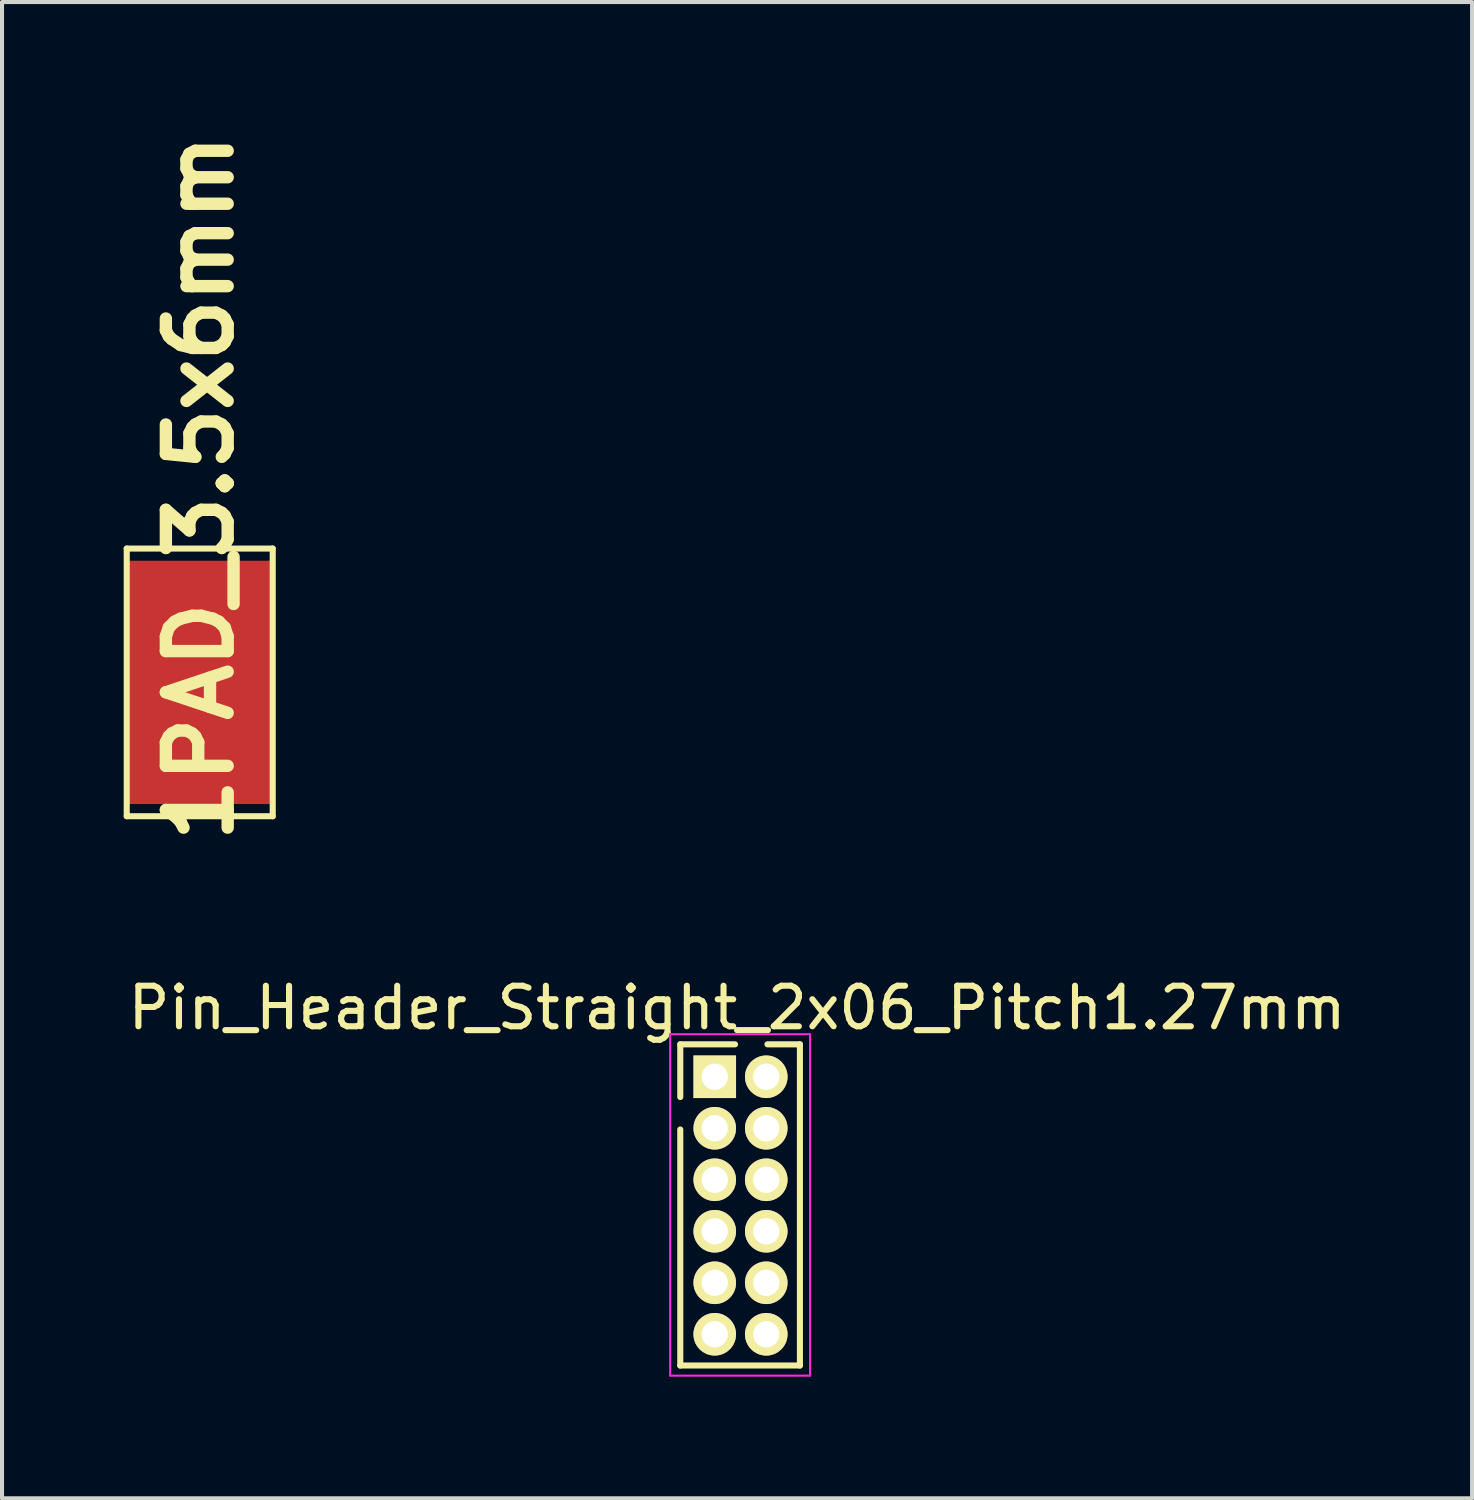
<source format=kicad_pcb>
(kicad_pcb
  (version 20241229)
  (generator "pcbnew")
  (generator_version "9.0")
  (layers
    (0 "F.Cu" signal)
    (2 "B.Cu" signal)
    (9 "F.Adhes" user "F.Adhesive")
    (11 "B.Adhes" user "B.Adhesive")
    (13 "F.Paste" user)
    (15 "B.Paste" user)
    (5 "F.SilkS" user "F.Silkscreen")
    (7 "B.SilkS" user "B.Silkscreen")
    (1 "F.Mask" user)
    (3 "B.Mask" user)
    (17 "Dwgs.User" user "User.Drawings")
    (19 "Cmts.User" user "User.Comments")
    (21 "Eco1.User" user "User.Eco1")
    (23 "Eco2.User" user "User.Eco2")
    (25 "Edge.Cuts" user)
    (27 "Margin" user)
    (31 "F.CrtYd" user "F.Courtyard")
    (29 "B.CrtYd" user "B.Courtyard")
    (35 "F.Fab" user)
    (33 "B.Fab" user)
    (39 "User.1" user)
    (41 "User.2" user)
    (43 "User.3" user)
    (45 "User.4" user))
  (footprint "1PAD_3.5x6mm"
    (layer "F.Cu")
    (at 1.875 13.777)
    (property "Reference" "1PAD_3.5x6mm" (at 0 -4.8 270) (layer "F.SilkS") (effects (font (size 1.524 1.524) (thickness 0.305))))
    (attr through_hole)
    (fp_line (start -1.8 -3.3) (end 1.8 -3.3) (stroke (width 0.15) (type solid)) (layer "F.SilkS"))
    (fp_line (start -1.8 3.3) (end -1.8 -3.3) (stroke (width 0.15) (type solid)) (layer "F.SilkS"))
    (fp_line (start 1.8 -3.3) (end 1.8 3.3) (stroke (width 0.15) (type solid)) (layer "F.SilkS"))
    (fp_line (start 1.8 3.3) (end -1.8 3.3) (stroke (width 0.15) (type solid)) (layer "F.SilkS"))
    (pad "1" smd rect (at 0 0) (size 3.5 6) (layers "F.Cu" "F.Mask" "F.Paste")))
  (footprint "Pin_Header_Straight_2x06_Pitch1.27mm"
    (layer "F.Cu")
    (at 14.575 23.502)
    (property "Reference" "Pin_Header_Straight_2x06_Pitch1.27mm" (at 0.55 -1.7 0) (layer "F.SilkS") (effects (font (size 1 1) (thickness 0.15))))
    (attr through_hole)
    (fp_line (start -0.85 -0.8) (end -0.85 0.5) (stroke (width 0.15) (type solid)) (layer "F.SilkS"))
    (fp_line (start -0.85 7.12) (end -0.85 1.3) (stroke (width 0.15) (type solid)) (layer "F.SilkS"))
    (fp_line (start 0.5 -0.8) (end -0.85 -0.8) (stroke (width 0.15) (type solid)) (layer "F.SilkS"))
    (fp_line (start 2.1 -0.8) (end 1.3 -0.8) (stroke (width 0.15) (type solid)) (layer "F.SilkS"))
    (fp_line (start 2.1 7.12) (end -0.85 7.12) (stroke (width 0.15) (type solid)) (layer "F.SilkS"))
    (fp_line (start 2.1 7.12) (end 2.1 -0.8) (stroke (width 0.15) (type solid)) (layer "F.SilkS"))
    (fp_line (start -1.1 -1.05) (end -1.1 7.37) (stroke (width 0.05) (type solid)) (layer "F.CrtYd"))
    (fp_line (start -1.1 -1.05) (end 2.35 -1.05) (stroke (width 0.05) (type solid)) (layer "F.CrtYd"))
    (fp_line (start -1.1 7.37) (end 2.35 7.37) (stroke (width 0.05) (type solid)) (layer "F.CrtYd"))
    (fp_line (start 2.35 -1.05) (end 2.35 7.37) (stroke (width 0.05) (type solid)) (layer "F.CrtYd"))
    (pad "1" thru_hole rect (at 0 0) (size 1.05 1.05) (drill 0.65) (layers "*.Cu" "*.Mask" "F.SilkS"))
    (pad "2" thru_hole circle (at 1.27 0) (size 1.05 1.05) (drill 0.65) (layers "*.Cu" "*.Mask" "F.SilkS"))
    (pad "3" thru_hole circle (at 0 1.27) (size 1.05 1.05) (drill 0.65) (layers "*.Cu" "*.Mask" "F.SilkS"))
    (pad "4" thru_hole circle (at 1.27 1.27) (size 1.05 1.05) (drill 0.65) (layers "*.Cu" "*.Mask" "F.SilkS"))
    (pad "5" thru_hole circle (at 0 2.54) (size 1.05 1.05) (drill 0.65) (layers "*.Cu" "*.Mask" "F.SilkS"))
    (pad "6" thru_hole circle (at 1.27 2.54) (size 1.05 1.05) (drill 0.65) (layers "*.Cu" "*.Mask" "F.SilkS"))
    (pad "7" thru_hole circle (at 0 3.81) (size 1.05 1.05) (drill 0.65) (layers "*.Cu" "*.Mask" "F.SilkS"))
    (pad "8" thru_hole circle (at 1.27 3.81) (size 1.05 1.05) (drill 0.65) (layers "*.Cu" "*.Mask" "F.SilkS"))
    (pad "9" thru_hole circle (at 0 5.08) (size 1.05 1.05) (drill 0.65) (layers "*.Cu" "*.Mask" "F.SilkS"))
    (pad "10" thru_hole circle (at 1.27 5.08) (size 1.05 1.05) (drill 0.65) (layers "*.Cu" "*.Mask" "F.SilkS"))
    (pad "11" thru_hole circle (at 0 6.35 90) (size 1.05 1.05) (drill 0.65) (layers "*.Cu" "*.Mask" "F.SilkS"))
    (pad "12" thru_hole circle (at 1.27 6.35) (size 1.05 1.05) (drill 0.65) (layers "*.Cu" "*.Mask" "F.SilkS")))
  (gr_rect
    (start -3 -3)
    (end 33.25 33.897)
    (stroke (width 0.1) (type default))
    (fill no)
    (layer "Edge.Cuts")))
</source>
